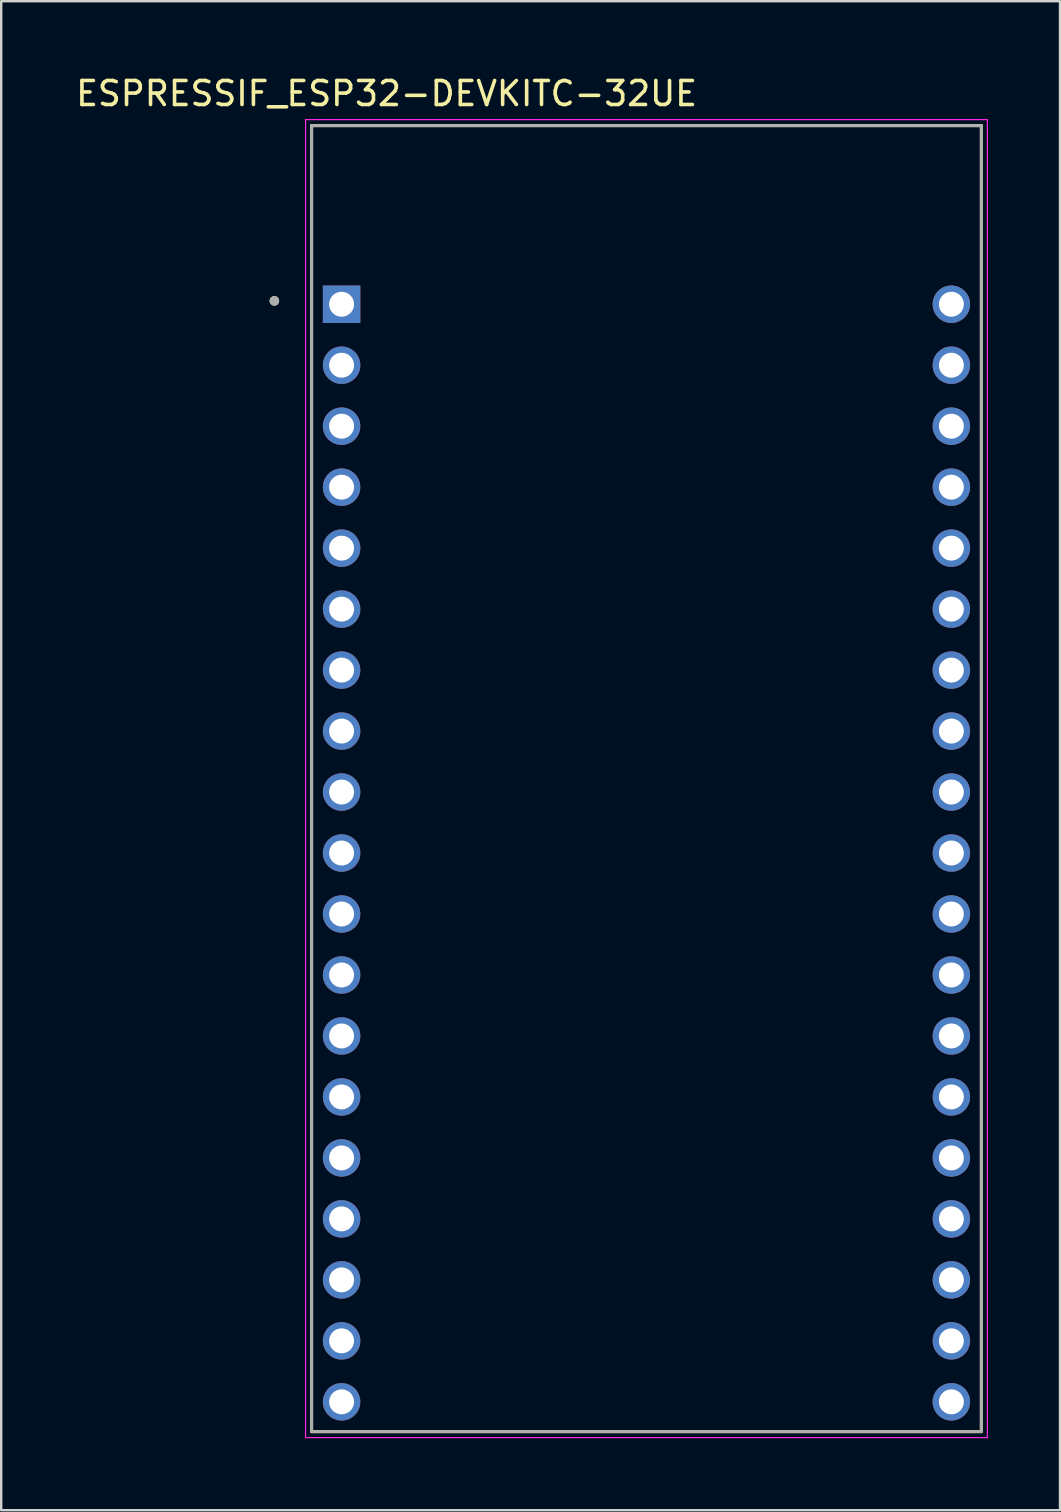
<source format=kicad_pcb>
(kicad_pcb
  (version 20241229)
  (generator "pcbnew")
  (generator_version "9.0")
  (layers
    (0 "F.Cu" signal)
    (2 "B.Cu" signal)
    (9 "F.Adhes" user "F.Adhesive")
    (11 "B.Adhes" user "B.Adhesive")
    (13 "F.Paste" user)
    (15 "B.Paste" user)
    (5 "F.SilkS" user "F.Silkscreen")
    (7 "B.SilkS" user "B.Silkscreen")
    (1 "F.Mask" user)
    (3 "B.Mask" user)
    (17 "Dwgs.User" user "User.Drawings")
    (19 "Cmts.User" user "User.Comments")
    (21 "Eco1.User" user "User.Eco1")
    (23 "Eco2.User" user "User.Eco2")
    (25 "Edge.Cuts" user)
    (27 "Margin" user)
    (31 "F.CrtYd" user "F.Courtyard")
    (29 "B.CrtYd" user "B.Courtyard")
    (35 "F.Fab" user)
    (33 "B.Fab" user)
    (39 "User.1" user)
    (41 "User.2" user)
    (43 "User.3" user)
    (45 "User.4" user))
  (footprint "ESPRESSIF_ESP32-DEVKITC-32UE"
    (layer "F.Cu")
    (at 23.879 32.483)
    (property "Reference" "ESPRESSIF_ESP32-DEVKITC-32UE" (at -10.825 -31.635 0) (layer "F.SilkS") (effects (font (size 1 1) (thickness 0.15))))
    (attr through_hole)
    (fp_line (start -13.95 -30.3) (end 13.95 -30.3) (stroke (width 0.127) (type solid)) (layer "F.SilkS"))
    (fp_line (start -13.95 24.1) (end -13.95 -30.3) (stroke (width 0.127) (type solid)) (layer "F.SilkS"))
    (fp_line (start 13.95 -30.3) (end 13.95 24.1) (stroke (width 0.127) (type solid)) (layer "F.SilkS"))
    (fp_line (start 13.95 24.1) (end -13.95 24.1) (stroke (width 0.127) (type solid)) (layer "F.SilkS"))
    (fp_circle (center -15.5 -23) (end -15.4 -23) (stroke (width 0.2) (type solid)) (fill no) (layer "F.SilkS"))
    (fp_line (start -14.2 -30.55) (end 14.2 -30.55) (stroke (width 0.05) (type solid)) (layer "F.CrtYd"))
    (fp_line (start -14.2 24.35) (end -14.2 -30.55) (stroke (width 0.05) (type solid)) (layer "F.CrtYd"))
    (fp_line (start 14.2 -30.55) (end 14.2 24.35) (stroke (width 0.05) (type solid)) (layer "F.CrtYd"))
    (fp_line (start 14.2 24.35) (end -14.2 24.35) (stroke (width 0.05) (type solid)) (layer "F.CrtYd"))
    (fp_line (start -13.95 -30.3) (end 13.95 -30.3) (stroke (width 0.127) (type solid)) (layer "F.Fab"))
    (fp_line (start -13.95 24.1) (end -13.95 -30.3) (stroke (width 0.127) (type solid)) (layer "F.Fab"))
    (fp_line (start 13.95 -30.3) (end 13.95 24.1) (stroke (width 0.127) (type solid)) (layer "F.Fab"))
    (fp_line (start 13.95 24.1) (end -13.95 24.1) (stroke (width 0.127) (type solid)) (layer "F.Fab"))
    (fp_circle (center -15.5 -23) (end -15.4 -23) (stroke (width 0.2) (type solid)) (fill no) (layer "F.Fab"))
    (pad "1" thru_hole rect (at -12.7 -22.86) (size 1.56 1.56) (drill 1.04) (layers "*.Cu" "*.Mask"))
    (pad "2" thru_hole circle (at -12.7 -20.32) (size 1.56 1.56) (drill 1.04) (layers "*.Cu" "*.Mask"))
    (pad "3" thru_hole circle (at -12.7 -17.78) (size 1.56 1.56) (drill 1.04) (layers "*.Cu" "*.Mask"))
    (pad "4" thru_hole circle (at -12.7 -15.24) (size 1.56 1.56) (drill 1.04) (layers "*.Cu" "*.Mask"))
    (pad "5" thru_hole circle (at -12.7 -12.7) (size 1.56 1.56) (drill 1.04) (layers "*.Cu" "*.Mask"))
    (pad "6" thru_hole circle (at -12.7 -10.16) (size 1.56 1.56) (drill 1.04) (layers "*.Cu" "*.Mask"))
    (pad "7" thru_hole circle (at -12.7 -7.62) (size 1.56 1.56) (drill 1.04) (layers "*.Cu" "*.Mask"))
    (pad "8" thru_hole circle (at -12.7 -5.08) (size 1.56 1.56) (drill 1.04) (layers "*.Cu" "*.Mask"))
    (pad "9" thru_hole circle (at -12.7 -2.54) (size 1.56 1.56) (drill 1.04) (layers "*.Cu" "*.Mask"))
    (pad "10" thru_hole circle (at -12.7 0) (size 1.56 1.56) (drill 1.04) (layers "*.Cu" "*.Mask"))
    (pad "11" thru_hole circle (at -12.7 2.54) (size 1.56 1.56) (drill 1.04) (layers "*.Cu" "*.Mask"))
    (pad "12" thru_hole circle (at -12.7 5.08) (size 1.56 1.56) (drill 1.04) (layers "*.Cu" "*.Mask"))
    (pad "13" thru_hole circle (at -12.7 7.62) (size 1.56 1.56) (drill 1.04) (layers "*.Cu" "*.Mask"))
    (pad "14" thru_hole circle (at -12.7 10.16) (size 1.56 1.56) (drill 1.04) (layers "*.Cu" "*.Mask"))
    (pad "15" thru_hole circle (at -12.7 12.7) (size 1.56 1.56) (drill 1.04) (layers "*.Cu" "*.Mask"))
    (pad "16" thru_hole circle (at -12.7 15.24) (size 1.56 1.56) (drill 1.04) (layers "*.Cu" "*.Mask"))
    (pad "17" thru_hole circle (at -12.7 17.78) (size 1.56 1.56) (drill 1.04) (layers "*.Cu" "*.Mask"))
    (pad "18" thru_hole circle (at -12.7 20.32) (size 1.56 1.56) (drill 1.04) (layers "*.Cu" "*.Mask"))
    (pad "19" thru_hole circle (at -12.7 22.86) (size 1.56 1.56) (drill 1.04) (layers "*.Cu" "*.Mask"))
    (pad "20" thru_hole circle (at 12.7 -22.86) (size 1.56 1.56) (drill 1.04) (layers "*.Cu" "*.Mask"))
    (pad "21" thru_hole circle (at 12.7 -20.32) (size 1.56 1.56) (drill 1.04) (layers "*.Cu" "*.Mask"))
    (pad "22" thru_hole circle (at 12.7 -17.78) (size 1.56 1.56) (drill 1.04) (layers "*.Cu" "*.Mask"))
    (pad "23" thru_hole circle (at 12.7 -15.24) (size 1.56 1.56) (drill 1.04) (layers "*.Cu" "*.Mask"))
    (pad "24" thru_hole circle (at 12.7 -12.7) (size 1.56 1.56) (drill 1.04) (layers "*.Cu" "*.Mask"))
    (pad "25" thru_hole circle (at 12.7 -10.16) (size 1.56 1.56) (drill 1.04) (layers "*.Cu" "*.Mask"))
    (pad "26" thru_hole circle (at 12.7 -7.62) (size 1.56 1.56) (drill 1.04) (layers "*.Cu" "*.Mask"))
    (pad "27" thru_hole circle (at 12.7 -5.08) (size 1.56 1.56) (drill 1.04) (layers "*.Cu" "*.Mask"))
    (pad "28" thru_hole circle (at 12.7 -2.54) (size 1.56 1.56) (drill 1.04) (layers "*.Cu" "*.Mask"))
    (pad "29" thru_hole circle (at 12.7 0) (size 1.56 1.56) (drill 1.04) (layers "*.Cu" "*.Mask"))
    (pad "30" thru_hole circle (at 12.7 2.54) (size 1.56 1.56) (drill 1.04) (layers "*.Cu" "*.Mask"))
    (pad "31" thru_hole circle (at 12.7 5.08) (size 1.56 1.56) (drill 1.04) (layers "*.Cu" "*.Mask"))
    (pad "32" thru_hole circle (at 12.7 7.62) (size 1.56 1.56) (drill 1.04) (layers "*.Cu" "*.Mask"))
    (pad "33" thru_hole circle (at 12.7 10.16) (size 1.56 1.56) (drill 1.04) (layers "*.Cu" "*.Mask"))
    (pad "34" thru_hole circle (at 12.7 12.7) (size 1.56 1.56) (drill 1.04) (layers "*.Cu" "*.Mask"))
    (pad "35" thru_hole circle (at 12.7 15.24) (size 1.56 1.56) (drill 1.04) (layers "*.Cu" "*.Mask"))
    (pad "36" thru_hole circle (at 12.7 17.78) (size 1.56 1.56) (drill 1.04) (layers "*.Cu" "*.Mask"))
    (pad "37" thru_hole circle (at 12.7 20.32) (size 1.56 1.56) (drill 1.04) (layers "*.Cu" "*.Mask"))
    (pad "38" thru_hole circle (at 12.7 22.86) (size 1.56 1.56) (drill 1.04) (layers "*.Cu" "*.Mask")))
  (gr_rect
    (start -3 -3)
    (end 41.104 59.858)
    (stroke (width 0.1) (type default))
    (fill no)
    (layer "Edge.Cuts")))
</source>
